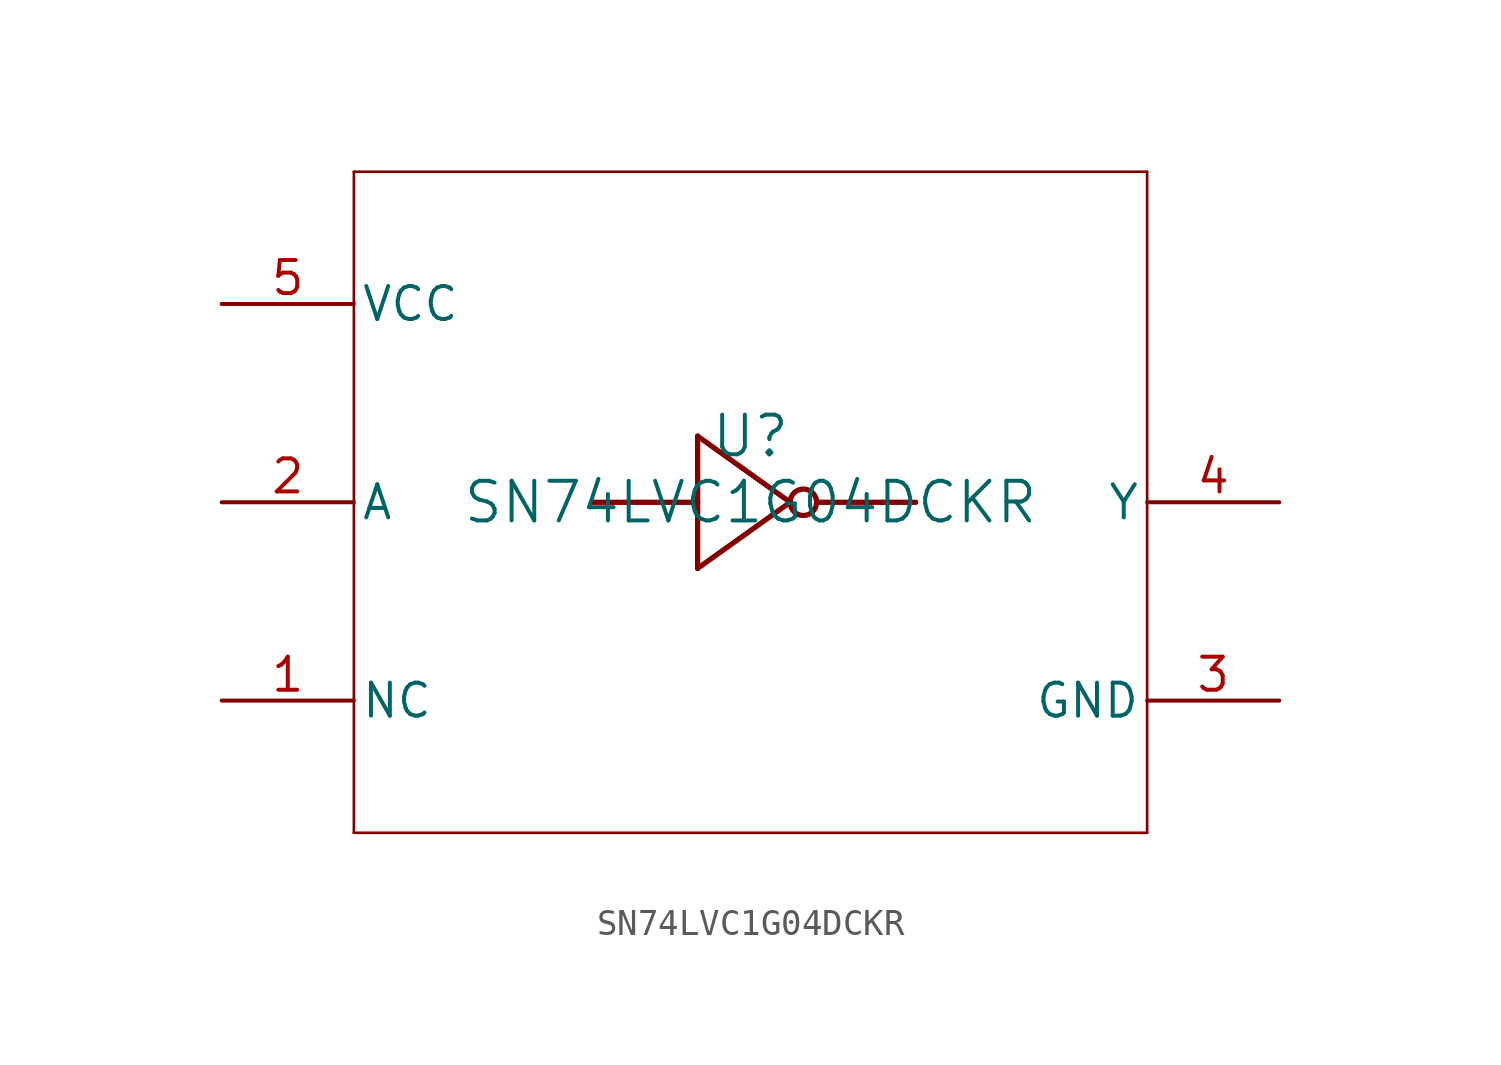
<source format=kicad_sym>
(kicad_symbol_lib
  (version 20211014)
  (generator kicad_symbol_editor)
  (symbol "SN74LVC1G04DCKR"
    (pin_names
      (offset 0.254))
    (property "Reference" "U"
      (at 0 2.54 0)
      (effects (font (size 1.524 1.524))))
    (property "Value" "SN74LVC1G04DCKR"
      (at 0 0 0)
      (effects (font (size 1.524 1.524))))
    (symbol "SN74LVC1G04DCKR_0_1"
      (polyline (pts (xy -15.24 -12.7) (xy 15.24 -12.7)) (stroke (width 0.102) (type default) (color 0 0 0 0)) (fill (type none)))
      (polyline (pts (xy 15.24 -12.7) (xy 15.24 12.7)) (stroke (width 0.102) (type default) (color 0 0 0 0)) (fill (type none)))
      (polyline (pts (xy 15.24 12.7) (xy -15.24 12.7)) (stroke (width 0.102) (type default) (color 0 0 0 0)) (fill (type none)))
      (polyline (pts (xy -15.24 12.7) (xy -15.24 -12.7)) (stroke (width 0.102) (type default) (color 0 0 0 0)) (fill (type none)))
      (polyline (pts (xy -6.096 0) (xy -2.032 0)) (stroke (width 0.203) (type default) (color 0 0 0 0)) (fill (type none)))
      (polyline (pts (xy -2.032 0) (xy -2.032 2.54)) (stroke (width 0.203) (type default) (color 0 0 0 0)) (fill (type none)))
      (polyline (pts (xy -2.032 2.54) (xy 1.524 0)) (stroke (width 0.203) (type default) (color 0 0 0 0)) (fill (type none)))
      (polyline (pts (xy 1.524 0) (xy -2.032 -2.54)) (stroke (width 0.203) (type default) (color 0 0 0 0)) (fill (type none)))
      (polyline (pts (xy -2.032 -2.54) (xy -2.032 0)) (stroke (width 0.203) (type default) (color 0 0 0 0)) (fill (type none)))
      (polyline (pts (xy 3.81 0) (xy 5.08 0)) (stroke (width 0.203) (type default) (color 0 0 0 0)) (fill (type none)))
      (polyline (pts (xy 3.81 0) (xy 2.54 0)) (stroke (width 0.203) (type default) (color 0 0 0 0)) (fill (type none)))
      (polyline (pts (xy 5.08 0) (xy 6.35 0)) (stroke (width 0.203) (type default) (color 0 0 0 0)) (fill (type none)))
      (circle (center 2.032 0) (radius 0.508) (stroke (width 0.203) (type default) (color 0 0 0 0)) (fill (type none)))
      (pin unspecified line (at -20.32 -7.62 0) (length 5.08) (name "NC" (effects (font (size 1.27 1.27)))) (number "1" (effects (font (size 1.27 1.27)))))
      (pin input line (at -20.32 0 0) (length 5.08) (name "A" (effects (font (size 1.27 1.27)))) (number "2" (effects (font (size 1.27 1.27)))))
      (pin power_in line (at 20.32 -7.62 180) (length 5.08) (name "GND" (effects (font (size 1.27 1.27)))) (number "3" (effects (font (size 1.27 1.27)))))
      (pin output line (at 20.32 0 180) (length 5.08) (name "Y" (effects (font (size 1.27 1.27)))) (number "4" (effects (font (size 1.27 1.27)))))
      (pin power_in line (at -20.32 7.62 0) (length 5.08) (name "VCC" (effects (font (size 1.27 1.27)))) (number "5" (effects (font (size 1.27 1.27))))))))
</source>
